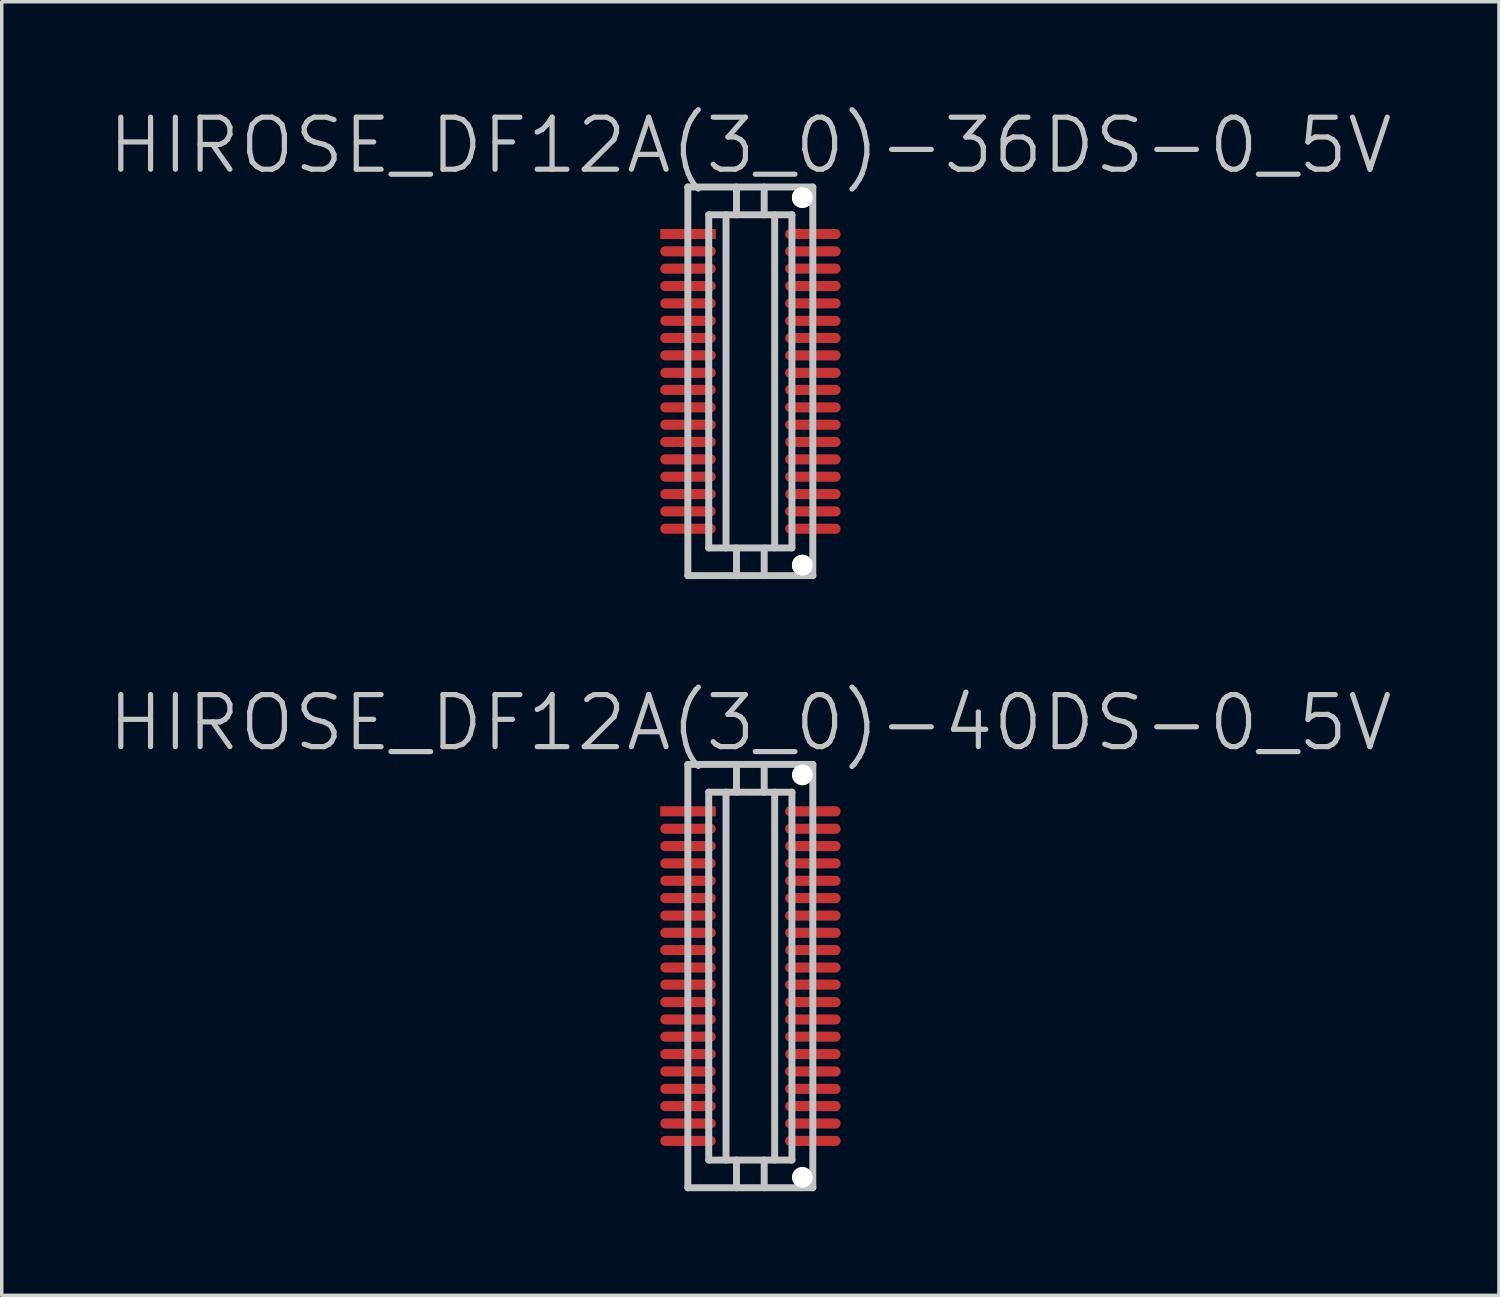
<source format=kicad_pcb>
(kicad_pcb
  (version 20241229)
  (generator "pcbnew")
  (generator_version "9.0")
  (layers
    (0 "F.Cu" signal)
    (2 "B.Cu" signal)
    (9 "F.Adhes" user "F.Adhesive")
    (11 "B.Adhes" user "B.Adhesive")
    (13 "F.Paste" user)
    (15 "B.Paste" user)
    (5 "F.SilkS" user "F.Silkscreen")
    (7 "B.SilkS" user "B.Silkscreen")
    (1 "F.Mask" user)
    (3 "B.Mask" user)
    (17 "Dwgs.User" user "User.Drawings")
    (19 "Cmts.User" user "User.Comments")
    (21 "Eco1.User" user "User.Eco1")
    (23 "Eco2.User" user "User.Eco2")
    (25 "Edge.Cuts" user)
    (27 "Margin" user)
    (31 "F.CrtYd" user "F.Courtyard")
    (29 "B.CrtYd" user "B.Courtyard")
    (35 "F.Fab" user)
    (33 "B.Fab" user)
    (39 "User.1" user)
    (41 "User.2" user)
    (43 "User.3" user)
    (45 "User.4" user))
  (footprint "HIROSE_DF12A(3_0)-36DS-0_5V"
    (layer "F.Cu")
    (at 18.575 7.941)
    (property "Reference" "HIROSE_DF12A(3_0)-36DS-0_5V" (at 0 -6.8 180) (layer "Dwgs.User") (effects (font (size 1.5 1.5) (thickness 0.15))))
    (attr smd)
    (fp_line (start -1.801 -5.601) (end -1.801 5.601) (stroke (width 0.2) (type solid)) (layer "Dwgs.User"))
    (fp_line (start -1.801 -5.601) (end 1.801 -5.601) (stroke (width 0.2) (type solid)) (layer "Dwgs.User"))
    (fp_line (start -1.199 -4.801) (end -1.199 4.801) (stroke (width 0.2) (type solid)) (layer "Dwgs.User"))
    (fp_line (start -1.199 -4.801) (end 1.199 -4.801) (stroke (width 0.2) (type solid)) (layer "Dwgs.User"))
    (fp_line (start -0.701 -4.801) (end -0.701 4.801) (stroke (width 0.2) (type solid)) (layer "Dwgs.User"))
    (fp_line (start -0.399 -4.801) (end -0.399 -5.601) (stroke (width 0.2) (type solid)) (layer "Dwgs.User"))
    (fp_line (start -0.399 5.601) (end -0.399 4.801) (stroke (width 0.2) (type solid)) (layer "Dwgs.User"))
    (fp_line (start 0.399 -4.801) (end 0.399 -5.601) (stroke (width 0.2) (type solid)) (layer "Dwgs.User"))
    (fp_line (start 0.399 4.801) (end 0.399 5.601) (stroke (width 0.2) (type solid)) (layer "Dwgs.User"))
    (fp_line (start 0.701 -4.801) (end 0.701 4.801) (stroke (width 0.2) (type solid)) (layer "Dwgs.User"))
    (fp_line (start 1.199 -4.801) (end 1.199 4.801) (stroke (width 0.2) (type solid)) (layer "Dwgs.User"))
    (fp_line (start 1.199 4.801) (end -1.199 4.801) (stroke (width 0.2) (type solid)) (layer "Dwgs.User"))
    (fp_line (start 1.801 -5.601) (end 1.801 5.601) (stroke (width 0.2) (type solid)) (layer "Dwgs.User"))
    (fp_line (start 1.801 5.598) (end -1.801 5.598) (stroke (width 0.2) (type solid)) (layer "Dwgs.User"))
    (pad "" np_thru_hole circle (at 1.499 -5.298 270) (size 0.6 0.6) (drill 0.6) (layers "*.Cu" "*.Mask" "F.SilkS"))
    (pad "" np_thru_hole circle (at 1.499 5.298 270) (size 0.6 0.6) (drill 0.6) (layers "*.Cu" "*.Mask" "F.SilkS"))
    (pad "1" smd rect (at -1.796 -4.247 270) (size 0.29 1.6) (layers "F.Cu" "F.Mask" "F.Paste"))
    (pad "2" smd oval (at -1.796 -3.747 270) (size 0.29 1.6) (layers "F.Cu" "F.Mask" "F.Paste"))
    (pad "3" smd oval (at -1.796 -3.249 270) (size 0.29 1.6) (layers "F.Cu" "F.Mask" "F.Paste"))
    (pad "4" smd oval (at -1.796 -2.748 270) (size 0.29 1.6) (layers "F.Cu" "F.Mask" "F.Paste"))
    (pad "5" smd oval (at -1.796 -2.248 270) (size 0.29 1.6) (layers "F.Cu" "F.Mask" "F.Paste"))
    (pad "6" smd oval (at -1.796 -1.745 270) (size 0.29 1.6) (layers "F.Cu" "F.Mask" "F.Paste"))
    (pad "7" smd oval (at -1.796 -1.25 270) (size 0.29 1.6) (layers "F.Cu" "F.Mask" "F.Paste"))
    (pad "8" smd oval (at -1.796 -0.749 270) (size 0.29 1.6) (layers "F.Cu" "F.Mask" "F.Paste"))
    (pad "9" smd oval (at -1.796 -0.246 270) (size 0.29 1.6) (layers "F.Cu" "F.Mask" "F.Paste"))
    (pad "10" smd oval (at -1.796 0.246 270) (size 0.29 1.6) (layers "F.Cu" "F.Mask" "F.Paste"))
    (pad "11" smd oval (at -1.796 0.749 270) (size 0.29 1.6) (layers "F.Cu" "F.Mask" "F.Paste"))
    (pad "12" smd oval (at -1.796 1.25 270) (size 0.29 1.6) (layers "F.Cu" "F.Mask" "F.Paste"))
    (pad "13" smd oval (at -1.796 1.745 270) (size 0.29 1.6) (layers "F.Cu" "F.Mask" "F.Paste"))
    (pad "14" smd oval (at -1.796 2.248 270) (size 0.29 1.6) (layers "F.Cu" "F.Mask" "F.Paste"))
    (pad "15" smd oval (at -1.796 2.748 270) (size 0.29 1.6) (layers "F.Cu" "F.Mask" "F.Paste"))
    (pad "16" smd oval (at -1.796 3.249 270) (size 0.29 1.6) (layers "F.Cu" "F.Mask" "F.Paste"))
    (pad "17" smd oval (at -1.796 3.747 270) (size 0.29 1.6) (layers "F.Cu" "F.Mask" "F.Paste"))
    (pad "18" smd oval (at -1.796 4.247 270) (size 0.29 1.6) (layers "F.Cu" "F.Mask" "F.Paste"))
    (pad "19" smd oval (at 1.801 4.247 270) (size 0.29 1.6) (layers "F.Cu" "F.Mask" "F.Paste"))
    (pad "20" smd oval (at 1.801 3.747 270) (size 0.29 1.6) (layers "F.Cu" "F.Mask" "F.Paste"))
    (pad "21" smd oval (at 1.801 3.249 270) (size 0.29 1.6) (layers "F.Cu" "F.Mask" "F.Paste"))
    (pad "22" smd oval (at 1.801 2.748 270) (size 0.29 1.6) (layers "F.Cu" "F.Mask" "F.Paste"))
    (pad "23" smd oval (at 1.801 2.248 270) (size 0.29 1.6) (layers "F.Cu" "F.Mask" "F.Paste"))
    (pad "24" smd oval (at 1.801 1.745 270) (size 0.29 1.6) (layers "F.Cu" "F.Mask" "F.Paste"))
    (pad "25" smd oval (at 1.801 1.25 270) (size 0.29 1.6) (layers "F.Cu" "F.Mask" "F.Paste"))
    (pad "26" smd oval (at 1.801 0.749 270) (size 0.29 1.6) (layers "F.Cu" "F.Mask" "F.Paste"))
    (pad "27" smd oval (at 1.801 0.246 270) (size 0.29 1.6) (layers "F.Cu" "F.Mask" "F.Paste"))
    (pad "28" smd oval (at 1.801 -0.246 270) (size 0.29 1.6) (layers "F.Cu" "F.Mask" "F.Paste"))
    (pad "29" smd oval (at 1.801 -0.749 270) (size 0.29 1.6) (layers "F.Cu" "F.Mask" "F.Paste"))
    (pad "30" smd oval (at 1.801 -1.25 270) (size 0.29 1.6) (layers "F.Cu" "F.Mask" "F.Paste"))
    (pad "31" smd oval (at 1.801 -1.745 270) (size 0.29 1.6) (layers "F.Cu" "F.Mask" "F.Paste"))
    (pad "32" smd oval (at 1.801 -2.248 270) (size 0.29 1.6) (layers "F.Cu" "F.Mask" "F.Paste"))
    (pad "33" smd oval (at 1.801 -2.748 270) (size 0.29 1.6) (layers "F.Cu" "F.Mask" "F.Paste"))
    (pad "34" smd oval (at 1.801 -3.249 270) (size 0.29 1.6) (layers "F.Cu" "F.Mask" "F.Paste"))
    (pad "35" smd oval (at 1.801 -3.747 270) (size 0.29 1.6) (layers "F.Cu" "F.Mask" "F.Paste"))
    (pad "36" smd oval (at 1.801 -4.247 270) (size 0.29 1.6) (layers "F.Cu" "F.Mask" "F.Paste")))
  (footprint "HIROSE_DF12A(3_0)-40DS-0_5V"
    (layer "F.Cu")
    (at 18.575 25.082)
    (property "Reference" "HIROSE_DF12A(3_0)-40DS-0_5V" (at 0 -7.3 180) (layer "Dwgs.User") (effects (font (size 1.5 1.5) (thickness 0.15))))
    (attr smd)
    (fp_line (start -1.801 -6.101) (end 1.801 -6.101) (stroke (width 0.2) (type solid)) (layer "Dwgs.User"))
    (fp_line (start -1.801 6.101) (end -1.801 -6.101) (stroke (width 0.2) (type solid)) (layer "Dwgs.User"))
    (fp_line (start -1.199 -5.301) (end -1.199 5.301) (stroke (width 0.2) (type solid)) (layer "Dwgs.User"))
    (fp_line (start -1.199 -5.301) (end 1.199 -5.301) (stroke (width 0.2) (type solid)) (layer "Dwgs.User"))
    (fp_line (start -0.701 5.301) (end -0.701 -5.301) (stroke (width 0.2) (type solid)) (layer "Dwgs.User"))
    (fp_line (start -0.399 -5.301) (end -0.399 -6.101) (stroke (width 0.2) (type solid)) (layer "Dwgs.User"))
    (fp_line (start -0.399 6.101) (end -0.399 5.301) (stroke (width 0.2) (type solid)) (layer "Dwgs.User"))
    (fp_line (start 0.399 -5.301) (end 0.399 -6.101) (stroke (width 0.2) (type solid)) (layer "Dwgs.User"))
    (fp_line (start 0.399 5.301) (end 0.399 6.101) (stroke (width 0.2) (type solid)) (layer "Dwgs.User"))
    (fp_line (start 0.701 -5.301) (end 0.701 5.301) (stroke (width 0.2) (type solid)) (layer "Dwgs.User"))
    (fp_line (start 1.199 5.301) (end -1.199 5.301) (stroke (width 0.2) (type solid)) (layer "Dwgs.User"))
    (fp_line (start 1.199 5.301) (end 1.199 -5.301) (stroke (width 0.2) (type solid)) (layer "Dwgs.User"))
    (fp_line (start 1.801 -6.101) (end 1.801 6.101) (stroke (width 0.2) (type solid)) (layer "Dwgs.User"))
    (fp_line (start 1.801 6.099) (end -1.801 6.099) (stroke (width 0.2) (type solid)) (layer "Dwgs.User"))
    (pad "" np_thru_hole circle (at 1.499 -5.799 270) (size 0.6 0.6) (drill 0.6) (layers "*.Cu" "*.Mask"))
    (pad "" np_thru_hole circle (at 1.499 5.799 270) (size 0.6 0.6) (drill 0.6) (layers "*.Cu" "*.Mask"))
    (pad "1" smd rect (at -1.796 -4.75 270) (size 0.29 1.6) (layers "F.Cu" "F.Mask" "F.Paste"))
    (pad "2" smd oval (at -1.796 -4.247 270) (size 0.29 1.6) (layers "F.Cu" "F.Mask" "F.Paste"))
    (pad "3" smd oval (at -1.796 -3.747 270) (size 0.29 1.6) (layers "F.Cu" "F.Mask" "F.Paste"))
    (pad "4" smd oval (at -1.796 -3.249 270) (size 0.29 1.6) (layers "F.Cu" "F.Mask" "F.Paste"))
    (pad "5" smd oval (at -1.796 -2.748 270) (size 0.29 1.6) (layers "F.Cu" "F.Mask" "F.Paste"))
    (pad "6" smd oval (at -1.796 -2.248 270) (size 0.29 1.6) (layers "F.Cu" "F.Mask" "F.Paste"))
    (pad "7" smd oval (at -1.796 -1.745 270) (size 0.29 1.6) (layers "F.Cu" "F.Mask" "F.Paste"))
    (pad "8" smd oval (at -1.796 -1.25 270) (size 0.29 1.6) (layers "F.Cu" "F.Mask" "F.Paste"))
    (pad "9" smd oval (at -1.796 -0.749 270) (size 0.29 1.6) (layers "F.Cu" "F.Mask" "F.Paste"))
    (pad "10" smd oval (at -1.796 -0.246 270) (size 0.29 1.6) (layers "F.Cu" "F.Mask" "F.Paste"))
    (pad "11" smd oval (at -1.796 0.246 270) (size 0.29 1.6) (layers "F.Cu" "F.Mask" "F.Paste"))
    (pad "12" smd oval (at -1.796 0.749 270) (size 0.29 1.6) (layers "F.Cu" "F.Mask" "F.Paste"))
    (pad "13" smd oval (at -1.796 1.25 270) (size 0.29 1.6) (layers "F.Cu" "F.Mask" "F.Paste"))
    (pad "14" smd oval (at -1.796 1.745 270) (size 0.29 1.6) (layers "F.Cu" "F.Mask" "F.Paste"))
    (pad "15" smd oval (at -1.796 2.248 270) (size 0.29 1.6) (layers "F.Cu" "F.Mask" "F.Paste"))
    (pad "16" smd oval (at -1.796 2.748 270) (size 0.29 1.6) (layers "F.Cu" "F.Mask" "F.Paste"))
    (pad "17" smd oval (at -1.796 3.249 270) (size 0.29 1.6) (layers "F.Cu" "F.Mask" "F.Paste"))
    (pad "18" smd oval (at -1.796 3.747 270) (size 0.29 1.6) (layers "F.Cu" "F.Mask" "F.Paste"))
    (pad "19" smd oval (at -1.796 4.247 270) (size 0.29 1.6) (layers "F.Cu" "F.Mask" "F.Paste"))
    (pad "20" smd oval (at -1.796 4.75 270) (size 0.29 1.6) (layers "F.Cu" "F.Mask" "F.Paste"))
    (pad "21" smd oval (at 1.801 4.75 270) (size 0.29 1.6) (layers "F.Cu" "F.Mask" "F.Paste"))
    (pad "22" smd oval (at 1.801 4.247 270) (size 0.29 1.6) (layers "F.Cu" "F.Mask" "F.Paste"))
    (pad "23" smd oval (at 1.801 3.747 270) (size 0.29 1.6) (layers "F.Cu" "F.Mask" "F.Paste"))
    (pad "24" smd oval (at 1.801 3.249 270) (size 0.29 1.6) (layers "F.Cu" "F.Mask" "F.Paste"))
    (pad "25" smd oval (at 1.801 2.748 270) (size 0.29 1.6) (layers "F.Cu" "F.Mask" "F.Paste"))
    (pad "26" smd oval (at 1.801 2.248 270) (size 0.29 1.6) (layers "F.Cu" "F.Mask" "F.Paste"))
    (pad "27" smd oval (at 1.801 1.745 270) (size 0.29 1.6) (layers "F.Cu" "F.Mask" "F.Paste"))
    (pad "28" smd oval (at 1.801 1.25 270) (size 0.29 1.6) (layers "F.Cu" "F.Mask" "F.Paste"))
    (pad "29" smd oval (at 1.801 0.749 270) (size 0.29 1.6) (layers "F.Cu" "F.Mask" "F.Paste"))
    (pad "30" smd oval (at 1.801 0.246 270) (size 0.29 1.6) (layers "F.Cu" "F.Mask" "F.Paste"))
    (pad "31" smd oval (at 1.801 -0.246 270) (size 0.29 1.6) (layers "F.Cu" "F.Mask" "F.Paste"))
    (pad "32" smd oval (at 1.801 -0.749 270) (size 0.29 1.6) (layers "F.Cu" "F.Mask" "F.Paste"))
    (pad "33" smd oval (at 1.801 -1.25 270) (size 0.29 1.6) (layers "F.Cu" "F.Mask" "F.Paste"))
    (pad "34" smd oval (at 1.801 -1.745 270) (size 0.29 1.6) (layers "F.Cu" "F.Mask" "F.Paste"))
    (pad "35" smd oval (at 1.801 -2.248 270) (size 0.29 1.6) (layers "F.Cu" "F.Mask" "F.Paste"))
    (pad "36" smd oval (at 1.801 -2.748 270) (size 0.29 1.6) (layers "F.Cu" "F.Mask" "F.Paste"))
    (pad "37" smd oval (at 1.801 -3.249 270) (size 0.29 1.6) (layers "F.Cu" "F.Mask" "F.Paste"))
    (pad "38" smd oval (at 1.801 -3.747 270) (size 0.29 1.6) (layers "F.Cu" "F.Mask" "F.Paste"))
    (pad "39" smd oval (at 1.801 -4.247 270) (size 0.29 1.6) (layers "F.Cu" "F.Mask" "F.Paste"))
    (pad "40" smd oval (at 1.801 -4.75 270) (size 0.29 1.6) (layers "F.Cu" "F.Mask" "F.Paste")))
  (gr_rect
    (start -3 -3)
    (end 40.15 34.283)
    (stroke (width 0.1) (type default))
    (fill no)
    (layer "Edge.Cuts")))
</source>
